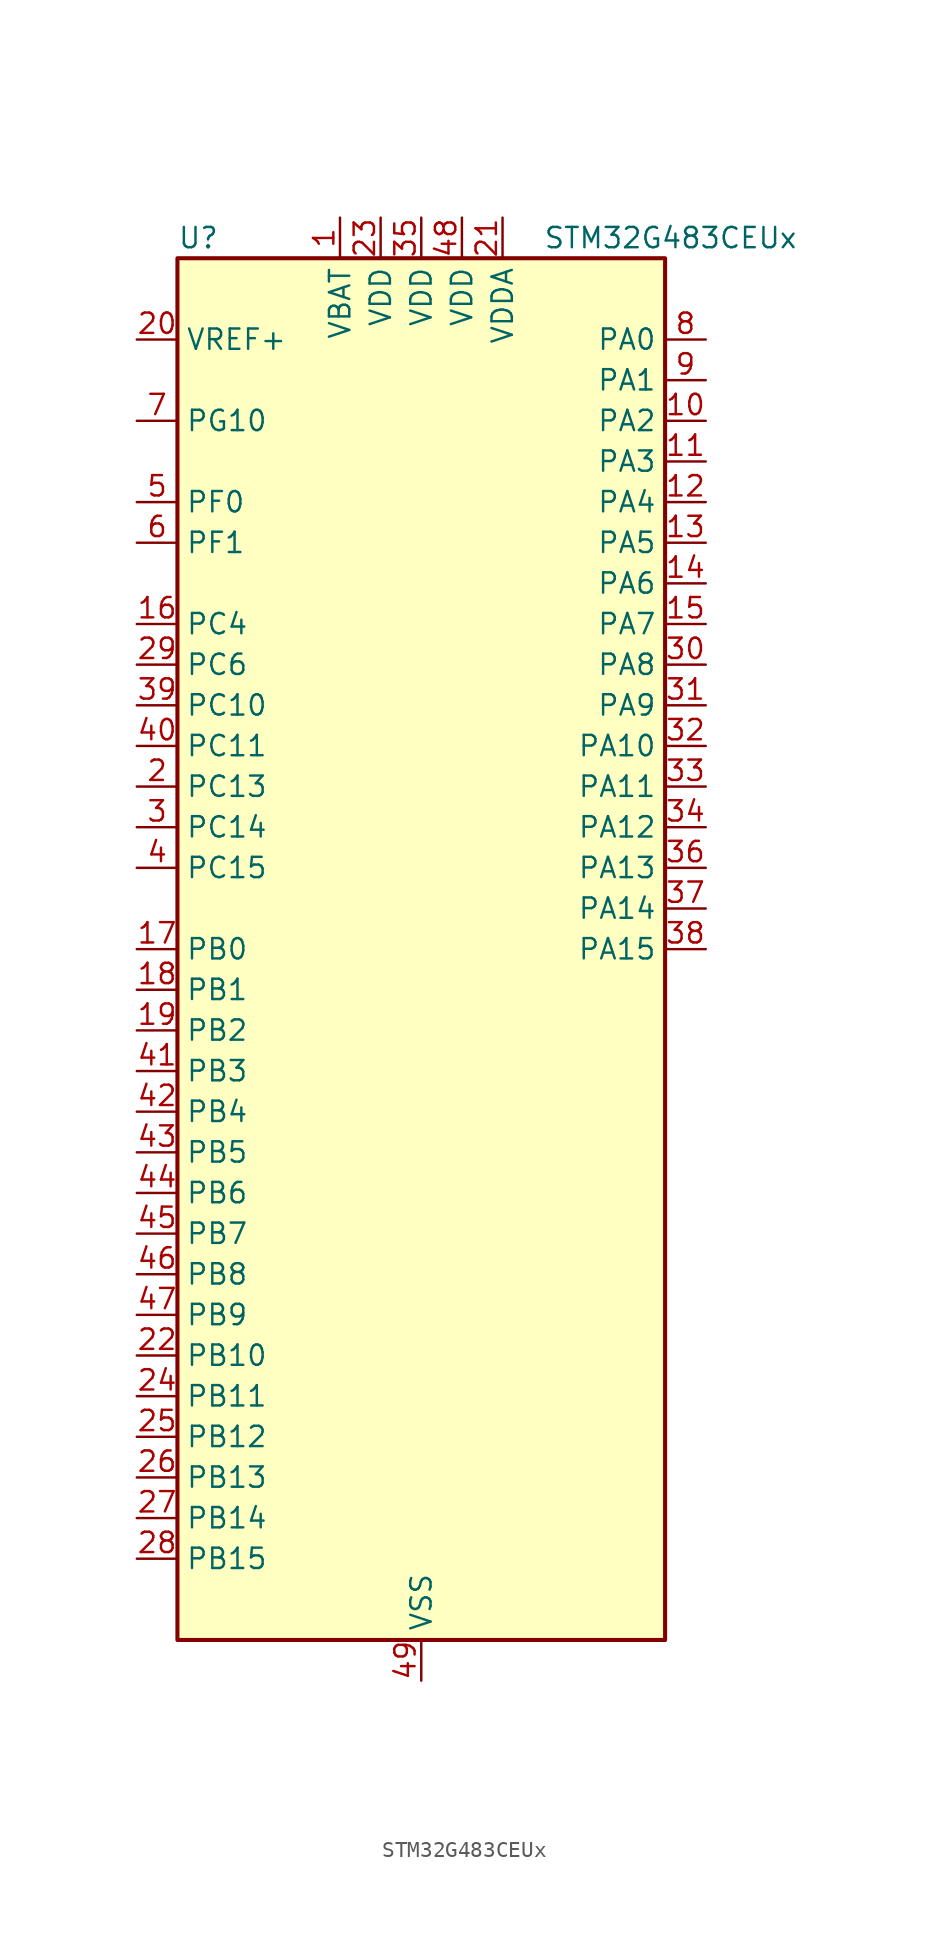
<source format=kicad_sym>
(kicad_symbol_lib
  (version 20241209)
  (generator "kicad_symbol_editor")
  (generator_version "9.0")
  (symbol "STM32G483CEUx"
    (property "Reference" "U"
      (at -15.24 44.45 0)
      (effects (font (size 1.27 1.27)) (justify left)))
    (property "Value" "STM32G483CEUx"
      (at 7.62 44.45 0)
      (effects (font (size 1.27 1.27)) (justify left)))
    (symbol "STM32G483CEUx_0_1"
      (rectangle (start -15.24 -43.18) (end 15.24 43.18) (stroke (width 0.254) (type default)) (fill (type background))))
    (symbol "STM32G483CEUx_1_1"
      (pin input line (at -17.78 38.1 0) (length 2.54) (name "VREF+" (effects (font (size 1.27 1.27)))) (number "20" (effects (font (size 1.27 1.27)))) (alternate "VREFBUF_OUT" bidirectional line))
      (pin bidirectional line (at -17.78 33.02 0) (length 2.54) (name "PG10" (effects (font (size 1.27 1.27)))) (number "7" (effects (font (size 1.27 1.27)))) (alternate "DAC1_EXTI10" bidirectional line) (alternate "DAC2_EXTI10" bidirectional line) (alternate "DAC3_EXTI10" bidirectional line) (alternate "DAC4_EXTI10" bidirectional line) (alternate "RCC_MCO" bidirectional line))
      (pin bidirectional line (at -17.78 27.94 0) (length 2.54) (name "PF0" (effects (font (size 1.27 1.27)))) (number "5" (effects (font (size 1.27 1.27)))) (alternate "ADC1_IN10" bidirectional line) (alternate "I2C2_SDA" bidirectional line) (alternate "I2S2_WS" bidirectional line) (alternate "RCC_OSC_IN" bidirectional line) (alternate "SPI2_NSS" bidirectional line) (alternate "TIM1_CH3N" bidirectional line))
      (pin bidirectional line (at -17.78 25.4 0) (length 2.54) (name "PF1" (effects (font (size 1.27 1.27)))) (number "6" (effects (font (size 1.27 1.27)))) (alternate "ADC2_IN10" bidirectional line) (alternate "COMP3_INM" bidirectional line) (alternate "I2S2_CK" bidirectional line) (alternate "RCC_OSC_OUT" bidirectional line) (alternate "SPI2_SCK" bidirectional line))
      (pin bidirectional line (at -17.78 20.32 0) (length 2.54) (name "PC4" (effects (font (size 1.27 1.27)))) (number "16" (effects (font (size 1.27 1.27)))) (alternate "ADC2_IN5" bidirectional line) (alternate "I2C2_SCL" bidirectional line) (alternate "QUADSPI1_BK2_IO3" bidirectional line) (alternate "TIM1_ETR" bidirectional line) (alternate "USART1_TX" bidirectional line))
      (pin bidirectional line (at -17.78 17.78 0) (length 2.54) (name "PC6" (effects (font (size 1.27 1.27)))) (number "29" (effects (font (size 1.27 1.27)))) (alternate "COMP6_OUT" bidirectional line) (alternate "I2C4_SCL" bidirectional line) (alternate "I2S2_MCK" bidirectional line) (alternate "TIM3_CH1" bidirectional line) (alternate "TIM8_CH1" bidirectional line))
      (pin bidirectional line (at -17.78 15.24 0) (length 2.54) (name "PC10" (effects (font (size 1.27 1.27)))) (number "39" (effects (font (size 1.27 1.27)))) (alternate "DAC1_EXTI10" bidirectional line) (alternate "DAC2_EXTI10" bidirectional line) (alternate "DAC3_EXTI10" bidirectional line) (alternate "DAC4_EXTI10" bidirectional line) (alternate "I2S3_CK" bidirectional line) (alternate "SPI3_SCK" bidirectional line) (alternate "TIM8_CH1N" bidirectional line) (alternate "UART4_TX" bidirectional line) (alternate "USART3_TX" bidirectional line))
      (pin bidirectional line (at -17.78 12.7 0) (length 2.54) (name "PC11" (effects (font (size 1.27 1.27)))) (number "40" (effects (font (size 1.27 1.27)))) (alternate "ADC1_EXTI11" bidirectional line) (alternate "ADC2_EXTI11" bidirectional line) (alternate "I2C3_SDA" bidirectional line) (alternate "SPI3_MISO" bidirectional line) (alternate "TIM8_CH2N" bidirectional line) (alternate "UART4_RX" bidirectional line) (alternate "USART3_RX" bidirectional line))
      (pin bidirectional line (at -17.78 10.16 0) (length 2.54) (name "PC13" (effects (font (size 1.27 1.27)))) (number "2" (effects (font (size 1.27 1.27)))) (alternate "RTC_OUT1" bidirectional line) (alternate "RTC_TAMP1" bidirectional line) (alternate "RTC_TS" bidirectional line) (alternate "SYS_WKUP2" bidirectional line) (alternate "TIM1_BKIN" bidirectional line) (alternate "TIM1_CH1N" bidirectional line) (alternate "TIM8_CH4N" bidirectional line))
      (pin bidirectional line (at -17.78 7.62 0) (length 2.54) (name "PC14" (effects (font (size 1.27 1.27)))) (number "3" (effects (font (size 1.27 1.27)))) (alternate "RCC_OSC32_IN" bidirectional line))
      (pin bidirectional line (at -17.78 5.08 0) (length 2.54) (name "PC15" (effects (font (size 1.27 1.27)))) (number "4" (effects (font (size 1.27 1.27)))) (alternate "ADC1_EXTI15" bidirectional line) (alternate "ADC2_EXTI15" bidirectional line) (alternate "RCC_OSC32_OUT" bidirectional line))
      (pin bidirectional line (at -17.78 0 0) (length 2.54) (name "PB0" (effects (font (size 1.27 1.27)))) (number "17" (effects (font (size 1.27 1.27)))) (alternate "ADC1_IN15" bidirectional line) (alternate "ADC3_IN12" bidirectional line) (alternate "COMP4_INP" bidirectional line) (alternate "OPAMP2_VINP" bidirectional line) (alternate "OPAMP2_VINP_SEC" bidirectional line) (alternate "OPAMP3_VINP" bidirectional line) (alternate "OPAMP3_VINP_SEC" bidirectional line) (alternate "QUADSPI1_BK1_IO1" bidirectional line) (alternate "TIM1_CH2N" bidirectional line) (alternate "TIM3_CH3" bidirectional line) (alternate "TIM8_CH2N" bidirectional line) (alternate "UCPD1_FRSTX1" bidirectional line) (alternate "UCPD1_FRSTX2" bidirectional line))
      (pin bidirectional line (at -17.78 -2.54 0) (length 2.54) (name "PB1" (effects (font (size 1.27 1.27)))) (number "18" (effects (font (size 1.27 1.27)))) (alternate "ADC1_IN12" bidirectional line) (alternate "ADC3_IN1" bidirectional line) (alternate "COMP1_INP" bidirectional line) (alternate "COMP4_OUT" bidirectional line) (alternate "LPUART1_DE" bidirectional line) (alternate "LPUART1_RTS" bidirectional line) (alternate "OPAMP3_VOUT" bidirectional line) (alternate "OPAMP6_VINM" bidirectional line) (alternate "OPAMP6_VINM1" bidirectional line) (alternate "OPAMP6_VINM_SEC" bidirectional line) (alternate "QUADSPI1_BK1_IO0" bidirectional line) (alternate "TIM1_CH3N" bidirectional line) (alternate "TIM3_CH4" bidirectional line) (alternate "TIM8_CH3N" bidirectional line))
      (pin bidirectional line (at -17.78 -5.08 0) (length 2.54) (name "PB2" (effects (font (size 1.27 1.27)))) (number "19" (effects (font (size 1.27 1.27)))) (alternate "ADC2_IN12" bidirectional line) (alternate "ADC3_EXTI2" bidirectional line) (alternate "ADC4_EXTI2" bidirectional line) (alternate "ADC5_EXTI2" bidirectional line) (alternate "COMP4_INM" bidirectional line) (alternate "I2C3_SMBA" bidirectional line) (alternate "LPTIM1_OUT" bidirectional line) (alternate "OPAMP3_VINM" bidirectional line) (alternate "OPAMP3_VINM0" bidirectional line) (alternate "OPAMP3_VINM_SEC" bidirectional line) (alternate "QUADSPI1_BK2_IO1" bidirectional line) (alternate "RTC_OUT2" bidirectional line) (alternate "TIM20_CH1" bidirectional line) (alternate "TIM5_CH1" bidirectional line))
      (pin bidirectional line (at -17.78 -7.62 0) (length 2.54) (name "PB3" (effects (font (size 1.27 1.27)))) (number "41" (effects (font (size 1.27 1.27)))) (alternate "ADC3_EXTI3" bidirectional line) (alternate "ADC4_EXTI3" bidirectional line) (alternate "ADC5_EXTI3" bidirectional line) (alternate "CRS_SYNC" bidirectional line) (alternate "FDCAN3_RX" bidirectional line) (alternate "I2S3_CK" bidirectional line) (alternate "SAI1_SCK_B" bidirectional line) (alternate "SPI1_SCK" bidirectional line) (alternate "SPI3_SCK" bidirectional line) (alternate "SYS_JTDO-SWO" bidirectional line) (alternate "TIM2_CH2" bidirectional line) (alternate "TIM3_ETR" bidirectional line) (alternate "TIM4_ETR" bidirectional line) (alternate "TIM8_CH1N" bidirectional line) (alternate "USART2_TX" bidirectional line))
      (pin bidirectional line (at -17.78 -10.16 0) (length 2.54) (name "PB4" (effects (font (size 1.27 1.27)))) (number "42" (effects (font (size 1.27 1.27)))) (alternate "FDCAN3_TX" bidirectional line) (alternate "SAI1_MCLK_B" bidirectional line) (alternate "SPI1_MISO" bidirectional line) (alternate "SPI3_MISO" bidirectional line) (alternate "SYS_JTRST" bidirectional line) (alternate "TIM16_CH1" bidirectional line) (alternate "TIM17_BKIN" bidirectional line) (alternate "TIM3_CH1" bidirectional line) (alternate "TIM8_CH2N" bidirectional line) (alternate "UCPD1_CC2" bidirectional line) (alternate "USART2_RX" bidirectional line))
      (pin bidirectional line (at -17.78 -12.7 0) (length 2.54) (name "PB5" (effects (font (size 1.27 1.27)))) (number "43" (effects (font (size 1.27 1.27)))) (alternate "FDCAN2_RX" bidirectional line) (alternate "I2C1_SMBA" bidirectional line) (alternate "I2C3_SDA" bidirectional line) (alternate "I2S3_SD" bidirectional line) (alternate "LPTIM1_IN1" bidirectional line) (alternate "SAI1_SD_B" bidirectional line) (alternate "SPI1_MOSI" bidirectional line) (alternate "SPI3_MOSI" bidirectional line) (alternate "TIM16_BKIN" bidirectional line) (alternate "TIM17_CH1" bidirectional line) (alternate "TIM3_CH2" bidirectional line) (alternate "TIM8_CH3N" bidirectional line) (alternate "USART2_CK" bidirectional line))
      (pin bidirectional line (at -17.78 -15.24 0) (length 2.54) (name "PB6" (effects (font (size 1.27 1.27)))) (number "44" (effects (font (size 1.27 1.27)))) (alternate "COMP4_OUT" bidirectional line) (alternate "FDCAN2_TX" bidirectional line) (alternate "LPTIM1_ETR" bidirectional line) (alternate "SAI1_FS_B" bidirectional line) (alternate "TIM16_CH1N" bidirectional line) (alternate "TIM4_CH1" bidirectional line) (alternate "TIM8_BKIN2" bidirectional line) (alternate "TIM8_CH1" bidirectional line) (alternate "TIM8_ETR" bidirectional line) (alternate "UCPD1_CC1" bidirectional line) (alternate "USART1_TX" bidirectional line))
      (pin bidirectional line (at -17.78 -17.78 0) (length 2.54) (name "PB7" (effects (font (size 1.27 1.27)))) (number "45" (effects (font (size 1.27 1.27)))) (alternate "COMP3_OUT" bidirectional line) (alternate "I2C1_SDA" bidirectional line) (alternate "I2C4_SDA" bidirectional line) (alternate "LPTIM1_IN2" bidirectional line) (alternate "SYS_PVD_IN" bidirectional line) (alternate "TIM17_CH1N" bidirectional line) (alternate "TIM3_CH4" bidirectional line) (alternate "TIM4_CH2" bidirectional line) (alternate "TIM8_BKIN" bidirectional line) (alternate "UART4_CTS" bidirectional line) (alternate "USART1_RX" bidirectional line))
      (pin bidirectional line (at -17.78 -20.32 0) (length 2.54) (name "PB8" (effects (font (size 1.27 1.27)))) (number "46" (effects (font (size 1.27 1.27)))) (alternate "COMP1_OUT" bidirectional line) (alternate "FDCAN1_RX" bidirectional line) (alternate "I2C1_SCL" bidirectional line) (alternate "SAI1_CK1" bidirectional line) (alternate "SAI1_MCLK_A" bidirectional line) (alternate "TIM16_CH1" bidirectional line) (alternate "TIM1_BKIN" bidirectional line) (alternate "TIM4_CH3" bidirectional line) (alternate "TIM8_CH2" bidirectional line) (alternate "USART3_RX" bidirectional line))
      (pin bidirectional line (at -17.78 -22.86 0) (length 2.54) (name "PB9" (effects (font (size 1.27 1.27)))) (number "47" (effects (font (size 1.27 1.27)))) (alternate "COMP2_OUT" bidirectional line) (alternate "DAC1_EXTI9" bidirectional line) (alternate "DAC2_EXTI9" bidirectional line) (alternate "DAC3_EXTI9" bidirectional line) (alternate "DAC4_EXTI9" bidirectional line) (alternate "FDCAN1_TX" bidirectional line) (alternate "I2C1_SDA" bidirectional line) (alternate "IR_OUT" bidirectional line) (alternate "SAI1_D2" bidirectional line) (alternate "SAI1_FS_A" bidirectional line) (alternate "TIM17_CH1" bidirectional line) (alternate "TIM1_CH3N" bidirectional line) (alternate "TIM4_CH4" bidirectional line) (alternate "TIM8_CH3" bidirectional line) (alternate "USART3_TX" bidirectional line))
      (pin bidirectional line (at -17.78 -25.4 0) (length 2.54) (name "PB10" (effects (font (size 1.27 1.27)))) (number "22" (effects (font (size 1.27 1.27)))) (alternate "COMP5_INM" bidirectional line) (alternate "DAC1_EXTI10" bidirectional line) (alternate "DAC2_EXTI10" bidirectional line) (alternate "DAC3_EXTI10" bidirectional line) (alternate "DAC4_EXTI10" bidirectional line) (alternate "LPUART1_RX" bidirectional line) (alternate "OPAMP3_VINM" bidirectional line) (alternate "OPAMP3_VINM1" bidirectional line) (alternate "OPAMP3_VINM_SEC" bidirectional line) (alternate "OPAMP4_VINM" bidirectional line) (alternate "OPAMP4_VINM0" bidirectional line) (alternate "OPAMP4_VINM_SEC" bidirectional line) (alternate "QUADSPI1_CLK" bidirectional line) (alternate "SAI1_SCK_A" bidirectional line) (alternate "TIM1_BKIN" bidirectional line) (alternate "TIM2_CH3" bidirectional line) (alternate "USART3_TX" bidirectional line))
      (pin bidirectional line (at -17.78 -27.94 0) (length 2.54) (name "PB11" (effects (font (size 1.27 1.27)))) (number "24" (effects (font (size 1.27 1.27)))) (alternate "ADC1_EXTI11" bidirectional line) (alternate "ADC1_IN14" bidirectional line) (alternate "ADC2_EXTI11" bidirectional line) (alternate "ADC2_IN14" bidirectional line) (alternate "COMP6_INP" bidirectional line) (alternate "LPUART1_TX" bidirectional line) (alternate "OPAMP4_VINP" bidirectional line) (alternate "OPAMP4_VINP_SEC" bidirectional line) (alternate "OPAMP6_VOUT" bidirectional line) (alternate "QUADSPI1_BK1_NCS" bidirectional line) (alternate "TIM2_CH4" bidirectional line) (alternate "USART3_RX" bidirectional line))
      (pin bidirectional line (at -17.78 -30.48 0) (length 2.54) (name "PB12" (effects (font (size 1.27 1.27)))) (number "25" (effects (font (size 1.27 1.27)))) (alternate "ADC1_IN11" bidirectional line) (alternate "ADC4_IN3" bidirectional line) (alternate "COMP7_INM" bidirectional line) (alternate "FDCAN2_RX" bidirectional line) (alternate "I2C2_SMBA" bidirectional line) (alternate "I2S2_WS" bidirectional line) (alternate "LPUART1_DE" bidirectional line) (alternate "LPUART1_RTS" bidirectional line) (alternate "OPAMP4_VOUT" bidirectional line) (alternate "OPAMP6_VINP" bidirectional line) (alternate "OPAMP6_VINP_SEC" bidirectional line) (alternate "SPI2_NSS" bidirectional line) (alternate "TIM1_BKIN" bidirectional line) (alternate "TIM5_ETR" bidirectional line) (alternate "USART3_CK" bidirectional line))
      (pin bidirectional line (at -17.78 -33.02 0) (length 2.54) (name "PB13" (effects (font (size 1.27 1.27)))) (number "26" (effects (font (size 1.27 1.27)))) (alternate "ADC3_IN5" bidirectional line) (alternate "COMP5_INP" bidirectional line) (alternate "FDCAN2_TX" bidirectional line) (alternate "I2S2_CK" bidirectional line) (alternate "LPUART1_CTS" bidirectional line) (alternate "OPAMP3_VINP" bidirectional line) (alternate "OPAMP3_VINP_SEC" bidirectional line) (alternate "OPAMP4_VINP" bidirectional line) (alternate "OPAMP4_VINP_SEC" bidirectional line) (alternate "OPAMP6_VINP" bidirectional line) (alternate "OPAMP6_VINP_SEC" bidirectional line) (alternate "SPI2_SCK" bidirectional line) (alternate "TIM1_CH1N" bidirectional line) (alternate "USART3_CTS" bidirectional line) (alternate "USART3_NSS" bidirectional line))
      (pin bidirectional line (at -17.78 -35.56 0) (length 2.54) (name "PB14" (effects (font (size 1.27 1.27)))) (number "27" (effects (font (size 1.27 1.27)))) (alternate "ADC1_IN5" bidirectional line) (alternate "ADC4_IN4" bidirectional line) (alternate "COMP4_OUT" bidirectional line) (alternate "COMP7_INP" bidirectional line) (alternate "OPAMP2_VINP" bidirectional line) (alternate "OPAMP2_VINP_SEC" bidirectional line) (alternate "OPAMP5_VINP" bidirectional line) (alternate "OPAMP5_VINP_SEC" bidirectional line) (alternate "SPI2_MISO" bidirectional line) (alternate "TIM15_CH1" bidirectional line) (alternate "TIM1_CH2N" bidirectional line) (alternate "USART3_DE" bidirectional line) (alternate "USART3_RTS" bidirectional line))
      (pin bidirectional line (at -17.78 -38.1 0) (length 2.54) (name "PB15" (effects (font (size 1.27 1.27)))) (number "28" (effects (font (size 1.27 1.27)))) (alternate "ADC1_EXTI15" bidirectional line) (alternate "ADC2_EXTI15" bidirectional line) (alternate "ADC2_IN15" bidirectional line) (alternate "ADC4_IN5" bidirectional line) (alternate "COMP3_OUT" bidirectional line) (alternate "COMP6_INM" bidirectional line) (alternate "I2S2_SD" bidirectional line) (alternate "OPAMP5_VINM" bidirectional line) (alternate "OPAMP5_VINM0" bidirectional line) (alternate "OPAMP5_VINM_SEC" bidirectional line) (alternate "RTC_REFIN" bidirectional line) (alternate "SPI2_MOSI" bidirectional line) (alternate "TIM15_CH1N" bidirectional line) (alternate "TIM15_CH2" bidirectional line) (alternate "TIM1_CH3N" bidirectional line))
      (pin power_in line (at -5.08 45.72 270) (length 2.54) (name "VBAT" (effects (font (size 1.27 1.27)))) (number "1" (effects (font (size 1.27 1.27)))))
      (pin power_in line (at -2.54 45.72 270) (length 2.54) (name "VDD" (effects (font (size 1.27 1.27)))) (number "23" (effects (font (size 1.27 1.27)))))
      (pin power_in line (at 0 45.72 270) (length 2.54) (name "VDD" (effects (font (size 1.27 1.27)))) (number "35" (effects (font (size 1.27 1.27)))))
      (pin power_in line (at 0 -45.72 90) (length 2.54) (name "VSS" (effects (font (size 1.27 1.27)))) (number "49" (effects (font (size 1.27 1.27)))))
      (pin power_in line (at 2.54 45.72 270) (length 2.54) (name "VDD" (effects (font (size 1.27 1.27)))) (number "48" (effects (font (size 1.27 1.27)))))
      (pin power_in line (at 5.08 45.72 270) (length 2.54) (name "VDDA" (effects (font (size 1.27 1.27)))) (number "21" (effects (font (size 1.27 1.27)))))
      (pin bidirectional line (at 17.78 38.1 180) (length 2.54) (name "PA0" (effects (font (size 1.27 1.27)))) (number "8" (effects (font (size 1.27 1.27)))) (alternate "ADC1_IN1" bidirectional line) (alternate "ADC2_IN1" bidirectional line) (alternate "COMP1_INM" bidirectional line) (alternate "COMP1_OUT" bidirectional line) (alternate "COMP3_INP" bidirectional line) (alternate "RTC_TAMP2" bidirectional line) (alternate "SYS_WKUP1" bidirectional line) (alternate "TIM2_CH1" bidirectional line) (alternate "TIM2_ETR" bidirectional line) (alternate "TIM5_CH1" bidirectional line) (alternate "TIM8_BKIN" bidirectional line) (alternate "TIM8_ETR" bidirectional line) (alternate "USART2_CTS" bidirectional line) (alternate "USART2_NSS" bidirectional line))
      (pin bidirectional line (at 17.78 35.56 180) (length 2.54) (name "PA1" (effects (font (size 1.27 1.27)))) (number "9" (effects (font (size 1.27 1.27)))) (alternate "ADC1_IN2" bidirectional line) (alternate "ADC2_IN2" bidirectional line) (alternate "COMP1_INP" bidirectional line) (alternate "OPAMP1_VINP" bidirectional line) (alternate "OPAMP1_VINP_SEC" bidirectional line) (alternate "OPAMP3_VINP" bidirectional line) (alternate "OPAMP3_VINP_SEC" bidirectional line) (alternate "OPAMP6_VINM" bidirectional line) (alternate "OPAMP6_VINM0" bidirectional line) (alternate "OPAMP6_VINM_SEC" bidirectional line) (alternate "RTC_REFIN" bidirectional line) (alternate "TIM15_CH1N" bidirectional line) (alternate "TIM2_CH2" bidirectional line) (alternate "TIM5_CH2" bidirectional line) (alternate "USART2_DE" bidirectional line) (alternate "USART2_RTS" bidirectional line))
      (pin bidirectional line (at 17.78 33.02 180) (length 2.54) (name "PA2" (effects (font (size 1.27 1.27)))) (number "10" (effects (font (size 1.27 1.27)))) (alternate "ADC1_IN3" bidirectional line) (alternate "ADC3_EXTI2" bidirectional line) (alternate "ADC4_EXTI2" bidirectional line) (alternate "ADC5_EXTI2" bidirectional line) (alternate "COMP2_INM" bidirectional line) (alternate "COMP2_OUT" bidirectional line) (alternate "LPUART1_TX" bidirectional line) (alternate "OPAMP1_VOUT" bidirectional line) (alternate "QUADSPI1_BK1_NCS" bidirectional line) (alternate "RCC_LSCO" bidirectional line) (alternate "SYS_WKUP4" bidirectional line) (alternate "TIM15_CH1" bidirectional line) (alternate "TIM2_CH3" bidirectional line) (alternate "TIM5_CH3" bidirectional line) (alternate "UCPD1_FRSTX1" bidirectional line) (alternate "UCPD1_FRSTX2" bidirectional line) (alternate "USART2_TX" bidirectional line))
      (pin bidirectional line (at 17.78 30.48 180) (length 2.54) (name "PA3" (effects (font (size 1.27 1.27)))) (number "11" (effects (font (size 1.27 1.27)))) (alternate "ADC1_IN4" bidirectional line) (alternate "ADC3_EXTI3" bidirectional line) (alternate "ADC4_EXTI3" bidirectional line) (alternate "ADC5_EXTI3" bidirectional line) (alternate "COMP2_INP" bidirectional line) (alternate "LPUART1_RX" bidirectional line) (alternate "OPAMP1_VINM" bidirectional line) (alternate "OPAMP1_VINM0" bidirectional line) (alternate "OPAMP1_VINM_SEC" bidirectional line) (alternate "OPAMP1_VINP" bidirectional line) (alternate "OPAMP1_VINP_SEC" bidirectional line) (alternate "OPAMP5_VINM" bidirectional line) (alternate "OPAMP5_VINM1" bidirectional line) (alternate "OPAMP5_VINM_SEC" bidirectional line) (alternate "QUADSPI1_CLK" bidirectional line) (alternate "SAI1_CK1" bidirectional line) (alternate "SAI1_MCLK_A" bidirectional line) (alternate "TIM15_CH2" bidirectional line) (alternate "TIM2_CH4" bidirectional line) (alternate "TIM5_CH4" bidirectional line) (alternate "USART2_RX" bidirectional line))
      (pin bidirectional line (at 17.78 27.94 180) (length 2.54) (name "PA4" (effects (font (size 1.27 1.27)))) (number "12" (effects (font (size 1.27 1.27)))) (alternate "ADC2_IN17" bidirectional line) (alternate "COMP1_INM" bidirectional line) (alternate "DAC1_OUT1" bidirectional line) (alternate "I2S3_WS" bidirectional line) (alternate "SAI1_FS_B" bidirectional line) (alternate "SPI1_NSS" bidirectional line) (alternate "SPI3_NSS" bidirectional line) (alternate "TIM3_CH2" bidirectional line) (alternate "USART2_CK" bidirectional line))
      (pin bidirectional line (at 17.78 25.4 180) (length 2.54) (name "PA5" (effects (font (size 1.27 1.27)))) (number "13" (effects (font (size 1.27 1.27)))) (alternate "ADC2_IN13" bidirectional line) (alternate "COMP2_INM" bidirectional line) (alternate "DAC1_OUT2" bidirectional line) (alternate "OPAMP2_VINM" bidirectional line) (alternate "OPAMP2_VINM0" bidirectional line) (alternate "OPAMP2_VINM_SEC" bidirectional line) (alternate "SPI1_SCK" bidirectional line) (alternate "TIM2_CH1" bidirectional line) (alternate "TIM2_ETR" bidirectional line) (alternate "UCPD1_FRSTX1" bidirectional line) (alternate "UCPD1_FRSTX2" bidirectional line))
      (pin bidirectional line (at 17.78 22.86 180) (length 2.54) (name "PA6" (effects (font (size 1.27 1.27)))) (number "14" (effects (font (size 1.27 1.27)))) (alternate "ADC2_IN3" bidirectional line) (alternate "COMP1_OUT" bidirectional line) (alternate "DAC2_OUT1" bidirectional line) (alternate "LPUART1_CTS" bidirectional line) (alternate "OPAMP2_VOUT" bidirectional line) (alternate "QUADSPI1_BK1_IO3" bidirectional line) (alternate "SPI1_MISO" bidirectional line) (alternate "TIM16_CH1" bidirectional line) (alternate "TIM1_BKIN" bidirectional line) (alternate "TIM3_CH1" bidirectional line) (alternate "TIM8_BKIN" bidirectional line))
      (pin bidirectional line (at 17.78 20.32 180) (length 2.54) (name "PA7" (effects (font (size 1.27 1.27)))) (number "15" (effects (font (size 1.27 1.27)))) (alternate "ADC2_IN4" bidirectional line) (alternate "COMP2_INP" bidirectional line) (alternate "COMP2_OUT" bidirectional line) (alternate "OPAMP1_VINP" bidirectional line) (alternate "OPAMP1_VINP_SEC" bidirectional line) (alternate "OPAMP2_VINP" bidirectional line) (alternate "OPAMP2_VINP_SEC" bidirectional line) (alternate "QUADSPI1_BK1_IO2" bidirectional line) (alternate "SPI1_MOSI" bidirectional line) (alternate "TIM17_CH1" bidirectional line) (alternate "TIM1_CH1N" bidirectional line) (alternate "TIM3_CH2" bidirectional line) (alternate "TIM8_CH1N" bidirectional line) (alternate "UCPD1_FRSTX1" bidirectional line) (alternate "UCPD1_FRSTX2" bidirectional line))
      (pin bidirectional line (at 17.78 17.78 180) (length 2.54) (name "PA8" (effects (font (size 1.27 1.27)))) (number "30" (effects (font (size 1.27 1.27)))) (alternate "ADC5_IN1" bidirectional line) (alternate "COMP7_OUT" bidirectional line) (alternate "FDCAN3_RX" bidirectional line) (alternate "I2C2_SDA" bidirectional line) (alternate "I2C3_SCL" bidirectional line) (alternate "I2S2_MCK" bidirectional line) (alternate "OPAMP5_VOUT" bidirectional line) (alternate "RCC_MCO" bidirectional line) (alternate "SAI1_CK2" bidirectional line) (alternate "SAI1_SCK_A" bidirectional line) (alternate "TIM1_CH1" bidirectional line) (alternate "TIM4_ETR" bidirectional line) (alternate "USART1_CK" bidirectional line))
      (pin bidirectional line (at 17.78 15.24 180) (length 2.54) (name "PA9" (effects (font (size 1.27 1.27)))) (number "31" (effects (font (size 1.27 1.27)))) (alternate "ADC5_IN2" bidirectional line) (alternate "COMP5_OUT" bidirectional line) (alternate "DAC1_EXTI9" bidirectional line) (alternate "DAC2_EXTI9" bidirectional line) (alternate "DAC3_EXTI9" bidirectional line) (alternate "DAC4_EXTI9" bidirectional line) (alternate "I2C2_SCL" bidirectional line) (alternate "I2C3_SMBA" bidirectional line) (alternate "I2S3_MCK" bidirectional line) (alternate "SAI1_FS_A" bidirectional line) (alternate "TIM15_BKIN" bidirectional line) (alternate "TIM1_CH2" bidirectional line) (alternate "TIM2_CH3" bidirectional line) (alternate "UCPD1_DBCC1" bidirectional line) (alternate "USART1_TX" bidirectional line))
      (pin bidirectional line (at 17.78 12.7 180) (length 2.54) (name "PA10" (effects (font (size 1.27 1.27)))) (number "32" (effects (font (size 1.27 1.27)))) (alternate "COMP6_OUT" bidirectional line) (alternate "CRS_SYNC" bidirectional line) (alternate "DAC1_EXTI10" bidirectional line) (alternate "DAC2_EXTI10" bidirectional line) (alternate "DAC3_EXTI10" bidirectional line) (alternate "DAC4_EXTI10" bidirectional line) (alternate "I2C2_SMBA" bidirectional line) (alternate "SAI1_D1" bidirectional line) (alternate "SAI1_SD_A" bidirectional line) (alternate "SPI2_MISO" bidirectional line) (alternate "TIM17_BKIN" bidirectional line) (alternate "TIM1_CH3" bidirectional line) (alternate "TIM2_CH4" bidirectional line) (alternate "TIM8_BKIN" bidirectional line) (alternate "UCPD1_DBCC2" bidirectional line) (alternate "USART1_RX" bidirectional line))
      (pin bidirectional line (at 17.78 10.16 180) (length 2.54) (name "PA11" (effects (font (size 1.27 1.27)))) (number "33" (effects (font (size 1.27 1.27)))) (alternate "ADC1_EXTI11" bidirectional line) (alternate "ADC2_EXTI11" bidirectional line) (alternate "COMP1_OUT" bidirectional line) (alternate "FDCAN1_RX" bidirectional line) (alternate "I2S2_SD" bidirectional line) (alternate "SPI2_MOSI" bidirectional line) (alternate "TIM1_BKIN2" bidirectional line) (alternate "TIM1_CH1N" bidirectional line) (alternate "TIM1_CH4" bidirectional line) (alternate "TIM4_CH1" bidirectional line) (alternate "USART1_CTS" bidirectional line) (alternate "USART1_NSS" bidirectional line) (alternate "USB_DM" bidirectional line))
      (pin bidirectional line (at 17.78 7.62 180) (length 2.54) (name "PA12" (effects (font (size 1.27 1.27)))) (number "34" (effects (font (size 1.27 1.27)))) (alternate "COMP2_OUT" bidirectional line) (alternate "FDCAN1_TX" bidirectional line) (alternate "I2S_CKIN" bidirectional line) (alternate "TIM16_CH1" bidirectional line) (alternate "TIM1_CH2N" bidirectional line) (alternate "TIM1_ETR" bidirectional line) (alternate "TIM4_CH2" bidirectional line) (alternate "USART1_DE" bidirectional line) (alternate "USART1_RTS" bidirectional line) (alternate "USB_DP" bidirectional line))
      (pin bidirectional line (at 17.78 5.08 180) (length 2.54) (name "PA13" (effects (font (size 1.27 1.27)))) (number "36" (effects (font (size 1.27 1.27)))) (alternate "I2C1_SCL" bidirectional line) (alternate "I2C4_SCL" bidirectional line) (alternate "IR_OUT" bidirectional line) (alternate "SAI1_SD_B" bidirectional line) (alternate "SYS_JTMS-SWDIO" bidirectional line) (alternate "TIM16_CH1N" bidirectional line) (alternate "TIM4_CH3" bidirectional line) (alternate "USART3_CTS" bidirectional line) (alternate "USART3_NSS" bidirectional line))
      (pin bidirectional line (at 17.78 2.54 180) (length 2.54) (name "PA14" (effects (font (size 1.27 1.27)))) (number "37" (effects (font (size 1.27 1.27)))) (alternate "I2C1_SDA" bidirectional line) (alternate "I2C4_SMBA" bidirectional line) (alternate "LPTIM1_OUT" bidirectional line) (alternate "SAI1_FS_B" bidirectional line) (alternate "SYS_JTCK-SWCLK" bidirectional line) (alternate "TIM1_BKIN" bidirectional line) (alternate "TIM8_CH2" bidirectional line) (alternate "USART2_TX" bidirectional line))
      (pin bidirectional line (at 17.78 0 180) (length 2.54) (name "PA15" (effects (font (size 1.27 1.27)))) (number "38" (effects (font (size 1.27 1.27)))) (alternate "ADC1_EXTI15" bidirectional line) (alternate "ADC2_EXTI15" bidirectional line) (alternate "FDCAN3_TX" bidirectional line) (alternate "I2C1_SCL" bidirectional line) (alternate "I2S3_WS" bidirectional line) (alternate "SPI1_NSS" bidirectional line) (alternate "SPI3_NSS" bidirectional line) (alternate "SYS_JTDI" bidirectional line) (alternate "TIM1_BKIN" bidirectional line) (alternate "TIM2_CH1" bidirectional line) (alternate "TIM2_ETR" bidirectional line) (alternate "TIM8_CH1" bidirectional line) (alternate "UART4_DE" bidirectional line) (alternate "UART4_RTS" bidirectional line) (alternate "USART2_RX" bidirectional line)))))
</source>
